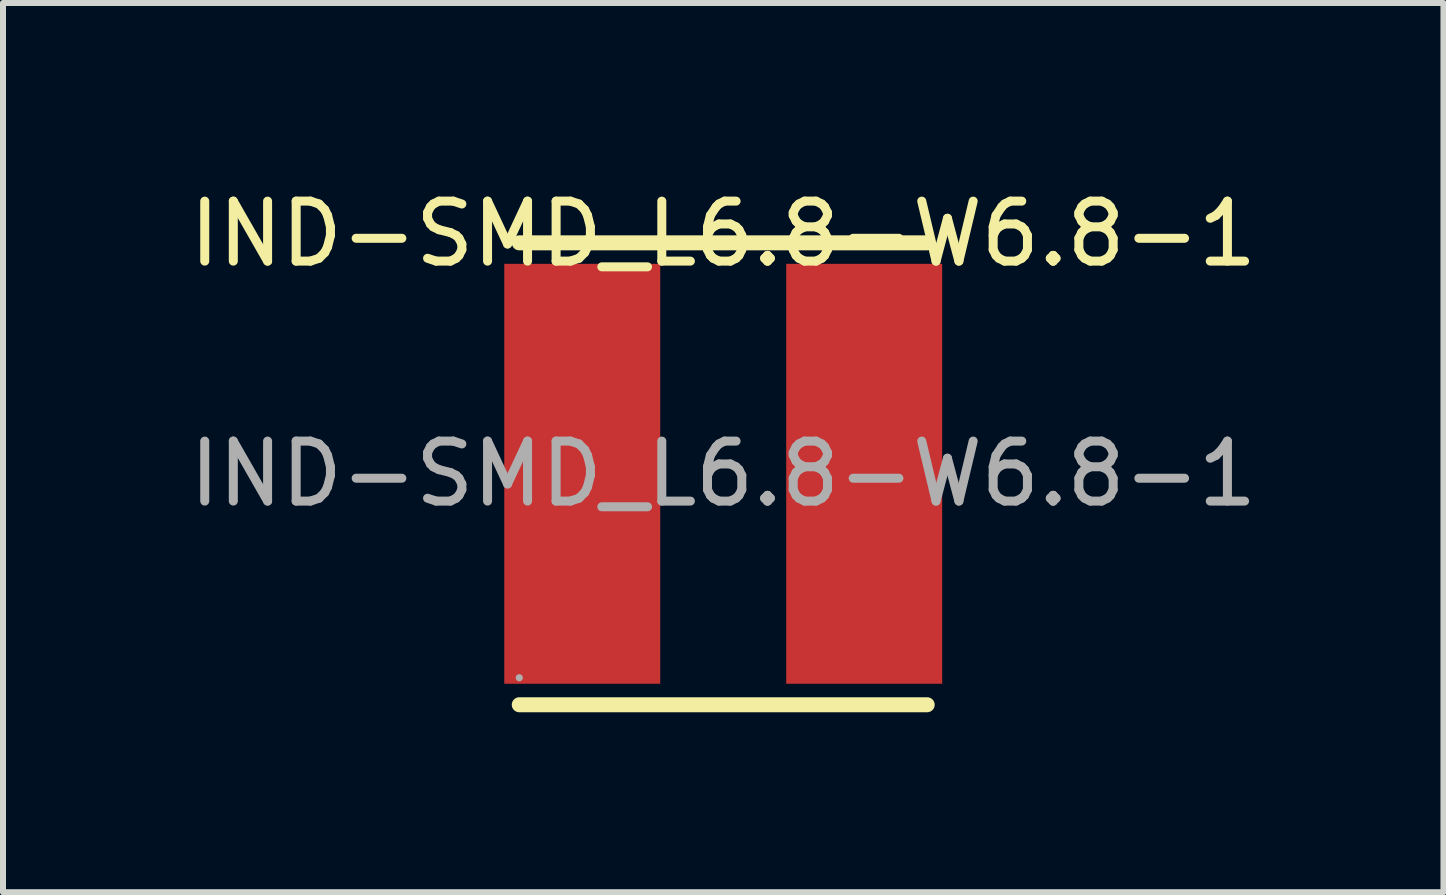
<source format=kicad_pcb>
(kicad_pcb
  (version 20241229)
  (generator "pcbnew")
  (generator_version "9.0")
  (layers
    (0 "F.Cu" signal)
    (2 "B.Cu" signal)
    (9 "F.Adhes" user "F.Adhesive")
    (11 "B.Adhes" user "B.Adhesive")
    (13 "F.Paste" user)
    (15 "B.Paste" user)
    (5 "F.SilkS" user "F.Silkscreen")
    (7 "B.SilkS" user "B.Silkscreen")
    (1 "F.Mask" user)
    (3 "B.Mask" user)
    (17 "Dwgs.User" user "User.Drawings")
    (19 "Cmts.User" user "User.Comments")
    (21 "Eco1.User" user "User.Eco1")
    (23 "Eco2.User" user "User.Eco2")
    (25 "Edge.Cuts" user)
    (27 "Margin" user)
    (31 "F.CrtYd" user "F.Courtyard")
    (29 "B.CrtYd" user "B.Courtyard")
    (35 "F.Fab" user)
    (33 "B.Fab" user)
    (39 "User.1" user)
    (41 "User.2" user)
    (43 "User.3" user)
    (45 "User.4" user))
  (footprint "IND-SMD_L6.8-W6.8-1"
    (layer "F.Cu")
    (at 9.006 4.848)
    (property "Reference" "IND-SMD_L6.8-W6.8-1" (at 0 -4 0) (layer "F.SilkS") (effects (font (size 1 1) (thickness 0.15))))
    (attr through_hole)
    (fp_line (start -3.4 -3.85) (end 3.4 -3.85) (stroke (width 0.25) (type solid)) (layer "F.SilkS"))
    (fp_line (start -3.4 3.85) (end 3.4 3.85) (stroke (width 0.25) (type solid)) (layer "F.SilkS"))
    (fp_circle (center -3.4 3.4) (end -3.37 3.4) (stroke (width 0.06) (type solid)) (fill no) (layer "F.Fab"))
    (fp_text user "${REFERENCE}" (at 0 0 0) (layer "F.Fab") (effects (font (size 1 1) (thickness 0.15))))
    (pad "1" smd rect (at -2.35 0 90) (size 7 2.6) (layers "F.Cu" "F.Mask" "F.Paste"))
    (pad "2" smd rect (at 2.35 0 90) (size 7 2.6) (layers "F.Cu" "F.Mask" "F.Paste")))
  (gr_rect
    (start -3 -3)
    (end 21.012 11.823)
    (stroke (width 0.1) (type default))
    (fill no)
    (layer "Edge.Cuts")))
</source>
